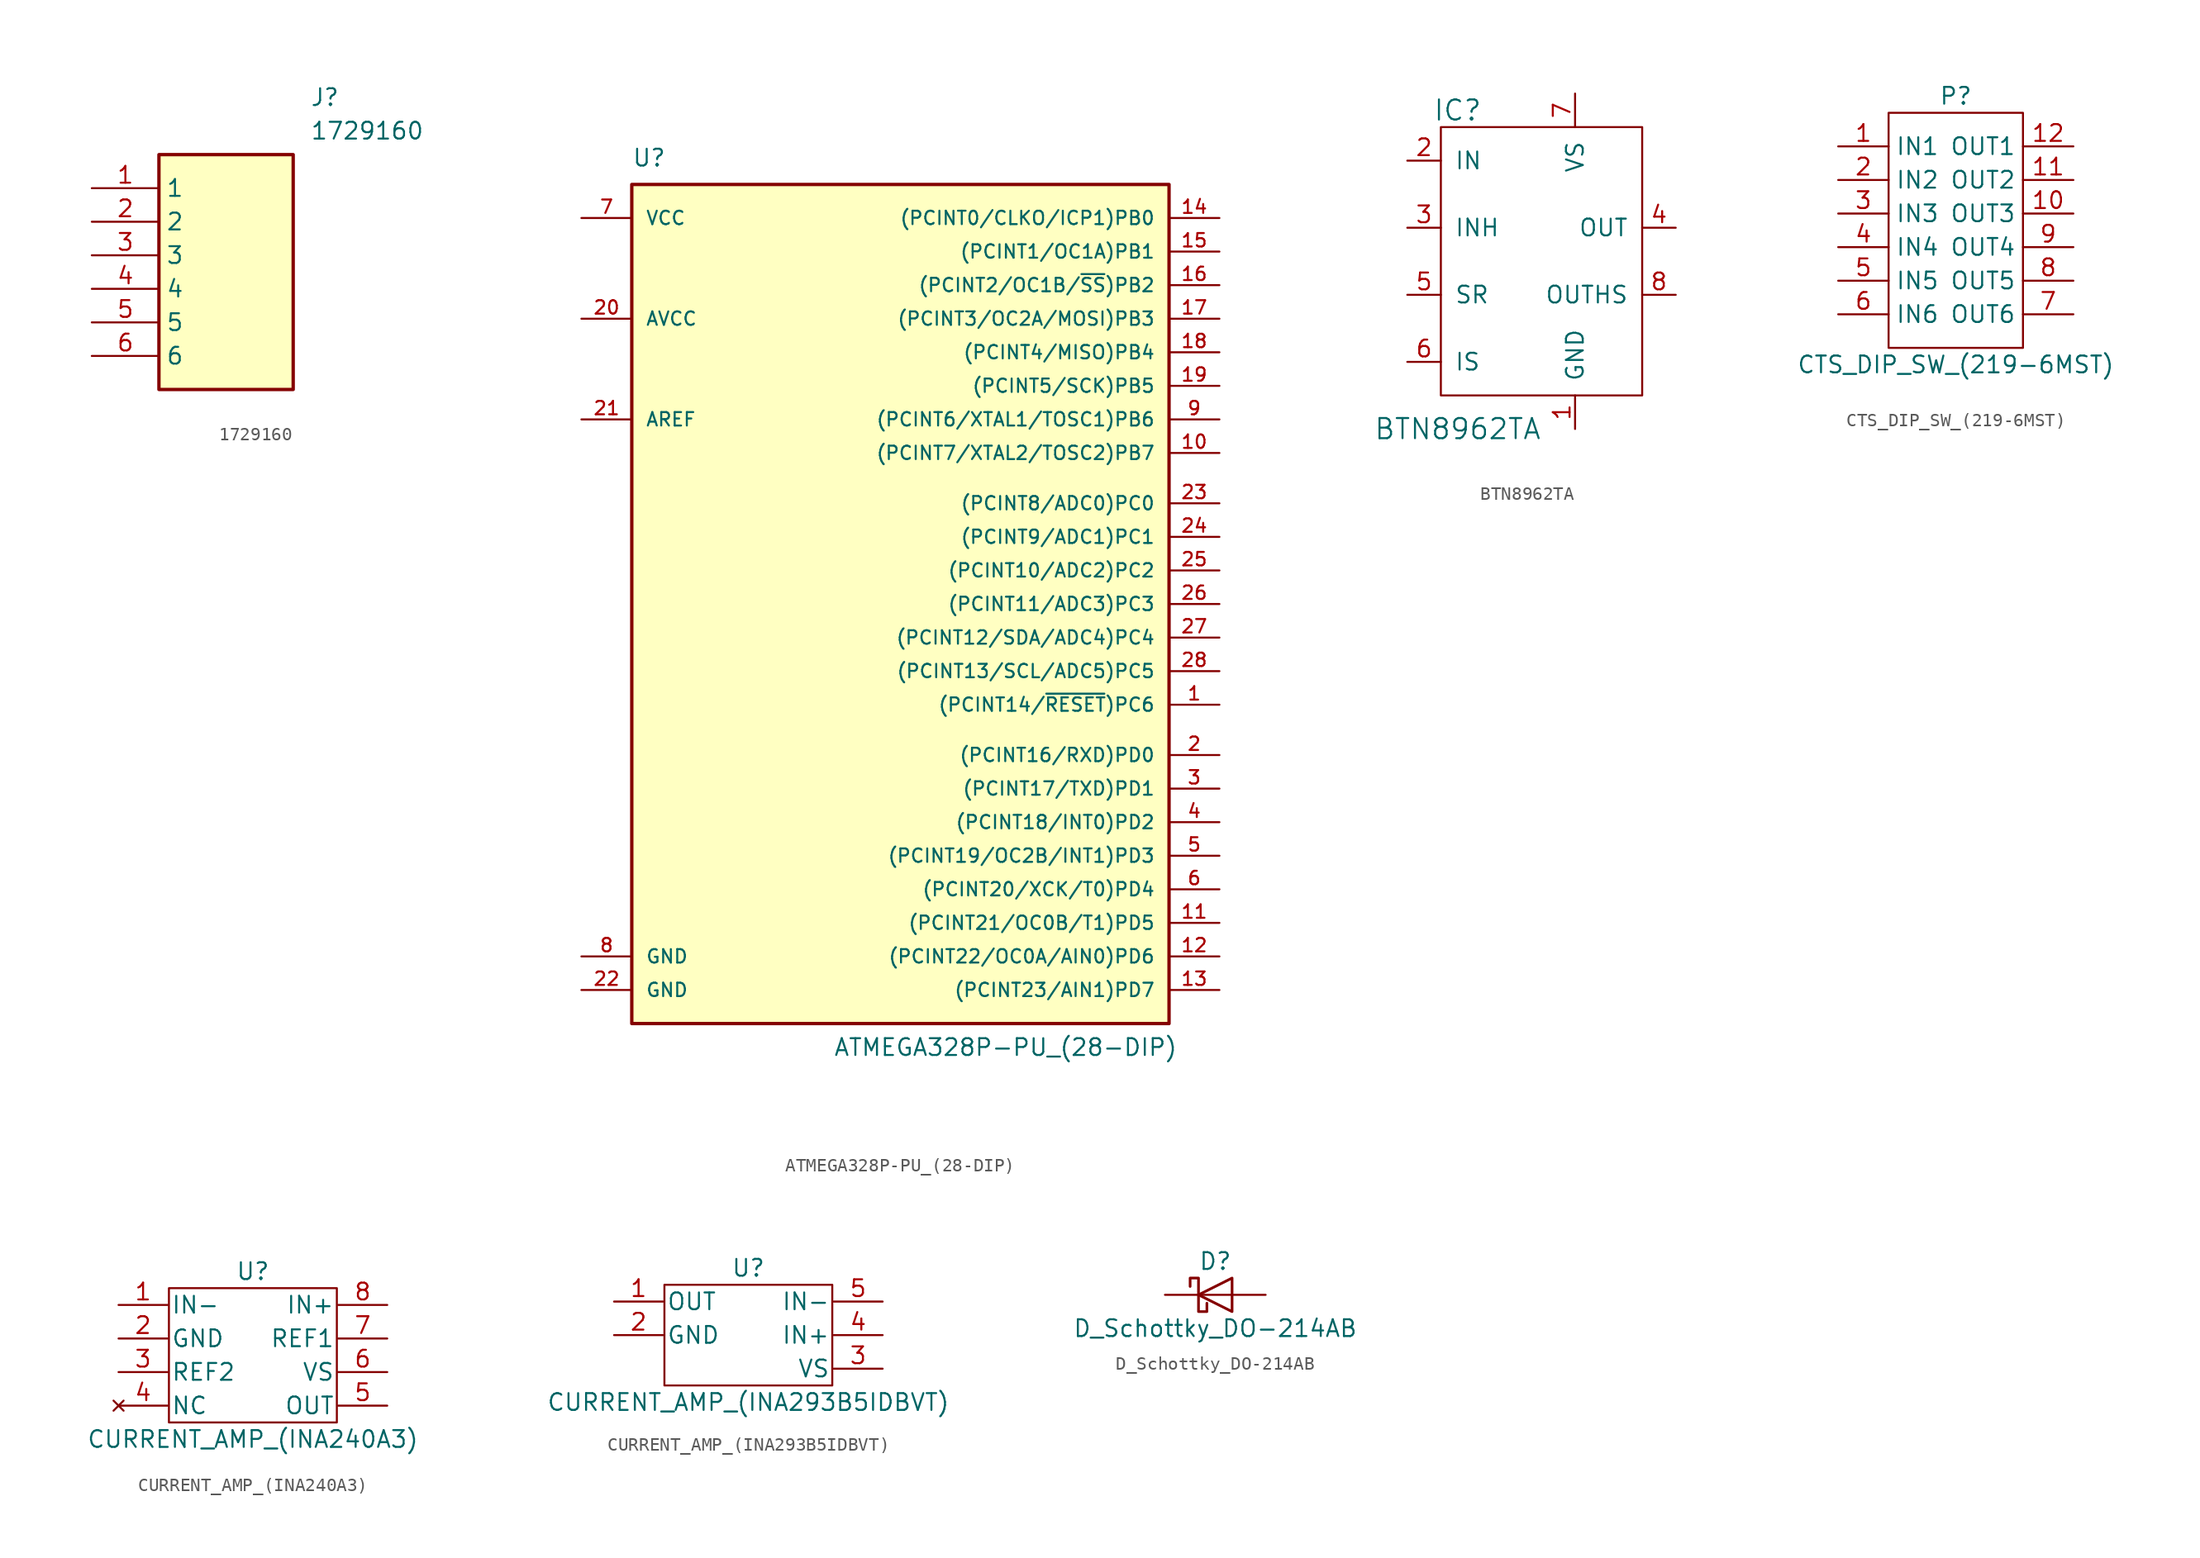
<source format=kicad_sym>
(kicad_symbol_lib
  (version 20220914)
  (generator kicad_symbol_editor)
  (symbol "1729160"
    (property "Reference" "J"
      (at 16.51 7.62 0)
      (effects (font (size 1.27 1.27)) (justify left top)))
    (property "Value" "1729160"
      (at 16.51 5.08 0)
      (effects (font (size 1.27 1.27)) (justify left top)))
    (symbol "1729160_1_1"
      (rectangle (start 5.08 2.54) (end 15.24 -15.24) (stroke (width 0.254) (type default)) (fill (type background)))
      (pin passive line (at 0 0 0) (length 5.08) (name "1" (effects (font (size 1.27 1.27)))) (number "1" (effects (font (size 1.27 1.27)))))
      (pin passive line (at 0 -2.54 0) (length 5.08) (name "2" (effects (font (size 1.27 1.27)))) (number "2" (effects (font (size 1.27 1.27)))))
      (pin passive line (at 0 -5.08 0) (length 5.08) (name "3" (effects (font (size 1.27 1.27)))) (number "3" (effects (font (size 1.27 1.27)))))
      (pin passive line (at 0 -7.62 0) (length 5.08) (name "4" (effects (font (size 1.27 1.27)))) (number "4" (effects (font (size 1.27 1.27)))))
      (pin passive line (at 0 -10.16 0) (length 5.08) (name "5" (effects (font (size 1.27 1.27)))) (number "5" (effects (font (size 1.27 1.27)))))
      (pin passive line (at 0 -12.7 0) (length 5.08) (name "6" (effects (font (size 1.27 1.27)))) (number "6" (effects (font (size 1.27 1.27)))))))
  (symbol "ATMEGA328P-PU_(28-DIP)"
    (pin_names
      (offset 1.016))
    (property "Reference" "U"
      (at -19.05 31.75 0)
      (effects (font (size 1.27 1.27)) (justify left bottom)))
    (property "Value" "ATMEGA328P-PU_(28-DIP)"
      (at -3.81 -35.56 0)
      (effects (font (size 1.27 1.27)) (justify left bottom)))
    (symbol "ATMEGA328P-PU_(28-DIP)_0_1"
      (rectangle (start -19.05 30.48) (end 21.59 -33.02) (stroke (width 0.254) (type solid)) (fill (type background))))
    (symbol "ATMEGA328P-PU_(28-DIP)_1_1"
      (pin bidirectional line (at 25.4 -8.89 180) (length 3.81) (name "(PCINT14/~{RESET})PC6" (effects (font (size 1.016 1.016)))) (number "1" (effects (font (size 1.016 1.016)))))
      (pin bidirectional line (at 25.4 10.16 180) (length 3.81) (name "(PCINT7/XTAL2/TOSC2)PB7" (effects (font (size 1.016 1.016)))) (number "10" (effects (font (size 1.016 1.016)))))
      (pin bidirectional line (at 25.4 -25.4 180) (length 3.81) (name "(PCINT21/OC0B/T1)PD5" (effects (font (size 1.016 1.016)))) (number "11" (effects (font (size 1.016 1.016)))))
      (pin bidirectional line (at 25.4 -27.94 180) (length 3.81) (name "(PCINT22/OC0A/AIN0)PD6" (effects (font (size 1.016 1.016)))) (number "12" (effects (font (size 1.016 1.016)))))
      (pin bidirectional line (at 25.4 -30.48 180) (length 3.81) (name "(PCINT23/AIN1)PD7" (effects (font (size 1.016 1.016)))) (number "13" (effects (font (size 1.016 1.016)))))
      (pin bidirectional line (at 25.4 27.94 180) (length 3.81) (name "(PCINT0/CLKO/ICP1)PB0" (effects (font (size 1.016 1.016)))) (number "14" (effects (font (size 1.016 1.016)))))
      (pin bidirectional line (at 25.4 25.4 180) (length 3.81) (name "(PCINT1/OC1A)PB1" (effects (font (size 1.016 1.016)))) (number "15" (effects (font (size 1.016 1.016)))))
      (pin bidirectional line (at 25.4 22.86 180) (length 3.81) (name "(PCINT2/OC1B/~{SS})PB2" (effects (font (size 1.016 1.016)))) (number "16" (effects (font (size 1.016 1.016)))))
      (pin bidirectional line (at 25.4 20.32 180) (length 3.81) (name "(PCINT3/OC2A/MOSI)PB3" (effects (font (size 1.016 1.016)))) (number "17" (effects (font (size 1.016 1.016)))))
      (pin bidirectional line (at 25.4 17.78 180) (length 3.81) (name "(PCINT4/MISO)PB4" (effects (font (size 1.016 1.016)))) (number "18" (effects (font (size 1.016 1.016)))))
      (pin bidirectional line (at 25.4 15.24 180) (length 3.81) (name "(PCINT5/SCK)PB5" (effects (font (size 1.016 1.016)))) (number "19" (effects (font (size 1.016 1.016)))))
      (pin bidirectional line (at 25.4 -12.7 180) (length 3.81) (name "(PCINT16/RXD)PD0" (effects (font (size 1.016 1.016)))) (number "2" (effects (font (size 1.016 1.016)))))
      (pin power_in line (at -22.86 20.32 0) (length 3.81) (name "AVCC" (effects (font (size 1.016 1.016)))) (number "20" (effects (font (size 1.016 1.016)))))
      (pin bidirectional line (at -22.86 12.7 0) (length 3.81) (name "AREF" (effects (font (size 1.016 1.016)))) (number "21" (effects (font (size 1.016 1.016)))))
      (pin power_in line (at -22.86 -30.48 0) (length 3.81) (name "GND" (effects (font (size 1.016 1.016)))) (number "22" (effects (font (size 1.016 1.016)))))
      (pin bidirectional line (at 25.4 6.35 180) (length 3.81) (name "(PCINT8/ADC0)PC0" (effects (font (size 1.016 1.016)))) (number "23" (effects (font (size 1.016 1.016)))))
      (pin bidirectional line (at 25.4 3.81 180) (length 3.81) (name "(PCINT9/ADC1)PC1" (effects (font (size 1.016 1.016)))) (number "24" (effects (font (size 1.016 1.016)))))
      (pin bidirectional line (at 25.4 1.27 180) (length 3.81) (name "(PCINT10/ADC2)PC2" (effects (font (size 1.016 1.016)))) (number "25" (effects (font (size 1.016 1.016)))))
      (pin bidirectional line (at 25.4 -1.27 180) (length 3.81) (name "(PCINT11/ADC3)PC3" (effects (font (size 1.016 1.016)))) (number "26" (effects (font (size 1.016 1.016)))))
      (pin bidirectional line (at 25.4 -3.81 180) (length 3.81) (name "(PCINT12/SDA/ADC4)PC4" (effects (font (size 1.016 1.016)))) (number "27" (effects (font (size 1.016 1.016)))))
      (pin bidirectional line (at 25.4 -6.35 180) (length 3.81) (name "(PCINT13/SCL/ADC5)PC5" (effects (font (size 1.016 1.016)))) (number "28" (effects (font (size 1.016 1.016)))))
      (pin bidirectional line (at 25.4 -15.24 180) (length 3.81) (name "(PCINT17/TXD)PD1" (effects (font (size 1.016 1.016)))) (number "3" (effects (font (size 1.016 1.016)))))
      (pin bidirectional line (at 25.4 -17.78 180) (length 3.81) (name "(PCINT18/INT0)PD2" (effects (font (size 1.016 1.016)))) (number "4" (effects (font (size 1.016 1.016)))))
      (pin bidirectional line (at 25.4 -20.32 180) (length 3.81) (name "(PCINT19/OC2B/INT1)PD3" (effects (font (size 1.016 1.016)))) (number "5" (effects (font (size 1.016 1.016)))))
      (pin bidirectional line (at 25.4 -22.86 180) (length 3.81) (name "(PCINT20/XCK/T0)PD4" (effects (font (size 1.016 1.016)))) (number "6" (effects (font (size 1.016 1.016)))))
      (pin power_in line (at -22.86 27.94 0) (length 3.81) (name "VCC" (effects (font (size 1.016 1.016)))) (number "7" (effects (font (size 1.016 1.016)))))
      (pin power_in line (at -22.86 -27.94 0) (length 3.81) (name "GND" (effects (font (size 1.016 1.016)))) (number "8" (effects (font (size 1.016 1.016)))))
      (pin bidirectional line (at 25.4 12.7 180) (length 3.81) (name "(PCINT6/XTAL1/TOSC1)PB6" (effects (font (size 1.016 1.016)))) (number "9" (effects (font (size 1.016 1.016)))))))
  (symbol "BTN8962TA"
    (pin_names
      (offset 1.016))
    (property "Reference" "IC"
      (at -6.35 11.43 0)
      (effects (font (size 1.524 1.524))))
    (property "Value" "BTN8962TA"
      (at -6.35 -12.7 0)
      (effects (font (size 1.524 1.524))))
    (symbol "BTN8962TA_0_1"
      (rectangle (start -7.62 10.16) (end 7.62 -10.16) (stroke (width 0) (type solid)) (fill (type none))))
    (symbol "BTN8962TA_1_1"
      (pin bidirectional line (at 2.54 -12.7 90) (length 2.54) (name "GND" (effects (font (size 1.27 1.27)))) (number "1" (effects (font (size 1.27 1.27)))))
      (pin input line (at -10.16 7.62 0) (length 2.54) (name "IN" (effects (font (size 1.27 1.27)))) (number "2" (effects (font (size 1.27 1.27)))))
      (pin bidirectional line (at -10.16 2.54 0) (length 2.54) (name "INH" (effects (font (size 1.27 1.27)))) (number "3" (effects (font (size 1.27 1.27)))))
      (pin bidirectional line (at 10.16 2.54 180) (length 2.54) (name "OUT" (effects (font (size 1.27 1.27)))) (number "4" (effects (font (size 1.27 1.27)))))
      (pin bidirectional line (at -10.16 -2.54 0) (length 2.54) (name "SR" (effects (font (size 1.27 1.27)))) (number "5" (effects (font (size 1.27 1.27)))))
      (pin bidirectional line (at -10.16 -7.62 0) (length 2.54) (name "IS" (effects (font (size 1.27 1.27)))) (number "6" (effects (font (size 1.27 1.27)))))
      (pin bidirectional line (at 2.54 12.7 270) (length 2.54) (name "VS" (effects (font (size 1.27 1.27)))) (number "7" (effects (font (size 1.27 1.27)))))
      (pin bidirectional line (at 10.16 -2.54 180) (length 2.54) (name "OUTHS" (effects (font (size 1.27 1.27)))) (number "8" (effects (font (size 1.27 1.27)))))))
  (symbol "CTS_DIP_SW_(219-6MST)"
    (property "Reference" "P"
      (at 0 10.16 0)
      (effects (font (size 1.27 1.27))))
    (property "Value" "CTS_DIP_SW_(219-6MST)"
      (at 0 -10.16 0)
      (effects (font (size 1.27 1.27))))
    (symbol "CTS_DIP_SW_(219-6MST)_0_1"
      (rectangle (start -5.08 8.89) (end 5.08 -8.89) (stroke (width 0) (type solid)) (fill (type none))))
    (symbol "CTS_DIP_SW_(219-6MST)_1_1"
      (pin input line (at -8.89 6.35 0) (length 3.81) (name "IN1" (effects (font (size 1.27 1.27)))) (number "1" (effects (font (size 1.27 1.27)))))
      (pin input line (at 8.89 1.27 180) (length 3.81) (name "OUT3" (effects (font (size 1.27 1.27)))) (number "10" (effects (font (size 1.27 1.27)))))
      (pin input line (at 8.89 3.81 180) (length 3.81) (name "OUT2" (effects (font (size 1.27 1.27)))) (number "11" (effects (font (size 1.27 1.27)))))
      (pin input line (at 8.89 6.35 180) (length 3.81) (name "OUT1" (effects (font (size 1.27 1.27)))) (number "12" (effects (font (size 1.27 1.27)))))
      (pin input line (at -8.89 3.81 0) (length 3.81) (name "IN2" (effects (font (size 1.27 1.27)))) (number "2" (effects (font (size 1.27 1.27)))))
      (pin input line (at -8.89 1.27 0) (length 3.81) (name "IN3" (effects (font (size 1.27 1.27)))) (number "3" (effects (font (size 1.27 1.27)))))
      (pin input line (at -8.89 -1.27 0) (length 3.81) (name "IN4" (effects (font (size 1.27 1.27)))) (number "4" (effects (font (size 1.27 1.27)))))
      (pin input line (at -8.89 -3.81 0) (length 3.81) (name "IN5" (effects (font (size 1.27 1.27)))) (number "5" (effects (font (size 1.27 1.27)))))
      (pin input line (at -8.89 -6.35 0) (length 3.81) (name "IN6" (effects (font (size 1.27 1.27)))) (number "6" (effects (font (size 1.27 1.27)))))
      (pin input line (at 8.89 -6.35 180) (length 3.81) (name "OUT6" (effects (font (size 1.27 1.27)))) (number "7" (effects (font (size 1.27 1.27)))))
      (pin input line (at 8.89 -3.81 180) (length 3.81) (name "OUT5" (effects (font (size 1.27 1.27)))) (number "8" (effects (font (size 1.27 1.27)))))
      (pin input line (at 8.89 -1.27 180) (length 3.81) (name "OUT4" (effects (font (size 1.27 1.27)))) (number "9" (effects (font (size 1.27 1.27)))))))
  (symbol "CURRENT_AMP_(INA240A3)"
    (pin_names
      (offset 0.254))
    (property "Reference" "U"
      (at 15.24 3.81 0)
      (effects (font (size 1.27 1.27))))
    (property "Value" "CURRENT_AMP_(INA240A3)"
      (at 15.24 -8.89 0)
      (effects (font (size 1.27 1.27))))
    (symbol "CURRENT_AMP_(INA240A3)_0_1"
      (rectangle (start 8.89 2.54) (end 21.59 -7.62) (stroke (width 0) (type solid)) (fill (type none))))
    (symbol "CURRENT_AMP_(INA240A3)_1_1"
      (pin input line (at 5.08 1.27 0) (length 3.708) (name "IN-" (effects (font (size 1.27 1.27)))) (number "1" (effects (font (size 1.27 1.27)))))
      (pin power_in line (at 5.08 -1.27 0) (length 3.708) (name "GND" (effects (font (size 1.27 1.27)))) (number "2" (effects (font (size 1.27 1.27)))))
      (pin passive line (at 5.08 -3.81 0) (length 3.708) (name "REF2" (effects (font (size 1.27 1.27)))) (number "3" (effects (font (size 1.27 1.27)))))
      (pin no_connect line (at 5.08 -6.35 0) (length 3.708) (name "NC" (effects (font (size 1.27 1.27)))) (number "4" (effects (font (size 1.27 1.27)))))
      (pin output line (at 25.4 -6.35 180) (length 3.708) (name "OUT" (effects (font (size 1.27 1.27)))) (number "5" (effects (font (size 1.27 1.27)))))
      (pin power_in line (at 25.4 -3.81 180) (length 3.708) (name "VS" (effects (font (size 1.27 1.27)))) (number "6" (effects (font (size 1.27 1.27)))))
      (pin passive line (at 25.4 -1.27 180) (length 3.708) (name "REF1" (effects (font (size 1.27 1.27)))) (number "7" (effects (font (size 1.27 1.27)))))
      (pin input line (at 25.4 1.27 180) (length 3.708) (name "IN+" (effects (font (size 1.27 1.27)))) (number "8" (effects (font (size 1.27 1.27)))))))
  (symbol "CURRENT_AMP_(INA293B5IDBVT)"
    (pin_names
      (offset 0.254))
    (property "Reference" "U"
      (at 15.24 3.81 0)
      (effects (font (size 1.27 1.27))))
    (property "Value" "CURRENT_AMP_(INA293B5IDBVT)"
      (at 15.24 -6.35 0)
      (effects (font (size 1.27 1.27))))
    (symbol "CURRENT_AMP_(INA293B5IDBVT)_0_1"
      (rectangle (start 8.89 2.54) (end 21.59 -5.08) (stroke (width 0) (type solid)) (fill (type none))))
    (symbol "CURRENT_AMP_(INA293B5IDBVT)_1_1"
      (pin output line (at 5.08 1.27 0) (length 3.708) (name "OUT" (effects (font (size 1.27 1.27)))) (number "1" (effects (font (size 1.27 1.27)))))
      (pin power_in line (at 5.08 -1.27 0) (length 3.708) (name "GND" (effects (font (size 1.27 1.27)))) (number "2" (effects (font (size 1.27 1.27)))))
      (pin unspecified line (at 25.4 -3.81 180) (length 3.708) (name "VS" (effects (font (size 1.27 1.27)))) (number "3" (effects (font (size 1.27 1.27)))))
      (pin input line (at 25.4 -1.27 180) (length 3.708) (name "IN+" (effects (font (size 1.27 1.27)))) (number "4" (effects (font (size 1.27 1.27)))))
      (pin input line (at 25.4 1.27 180) (length 3.708) (name "IN-" (effects (font (size 1.27 1.27)))) (number "5" (effects (font (size 1.27 1.27)))))))
  (symbol "D_Schottky_DO-214AB"
    (pin_numbers hide)
    (pin_names
      (offset 1.016) hide)
    (property "Reference" "D"
      (at 0 2.54 0)
      (effects (font (size 1.27 1.27))))
    (property "Value" "D_Schottky_DO-214AB"
      (at 0 -2.54 0)
      (effects (font (size 1.27 1.27))))
    (symbol "D_Schottky_DO-214AB_0_1"
      (polyline (pts (xy 1.27 0) (xy -1.27 0)) (stroke (width 0) (type solid)) (fill (type none)))
      (polyline (pts (xy 1.27 1.27) (xy 1.27 -1.27) (xy -1.27 0) (xy 1.27 1.27)) (stroke (width 0.203) (type solid)) (fill (type none)))
      (polyline (pts (xy -1.905 0.635) (xy -1.905 1.27) (xy -1.27 1.27) (xy -1.27 -1.27) (xy -0.635 -1.27) (xy -0.635 -0.635)) (stroke (width 0.203) (type solid)) (fill (type none))))
    (symbol "D_Schottky_DO-214AB_1_1"
      (pin passive line (at -3.81 0 0) (length 2.54) (name "K" (effects (font (size 1.27 1.27)))) (number "1" (effects (font (size 1.27 1.27)))))
      (pin passive line (at 3.81 0 180) (length 2.54) (name "A" (effects (font (size 1.27 1.27)))) (number "2" (effects (font (size 1.27 1.27))))))))
</source>
